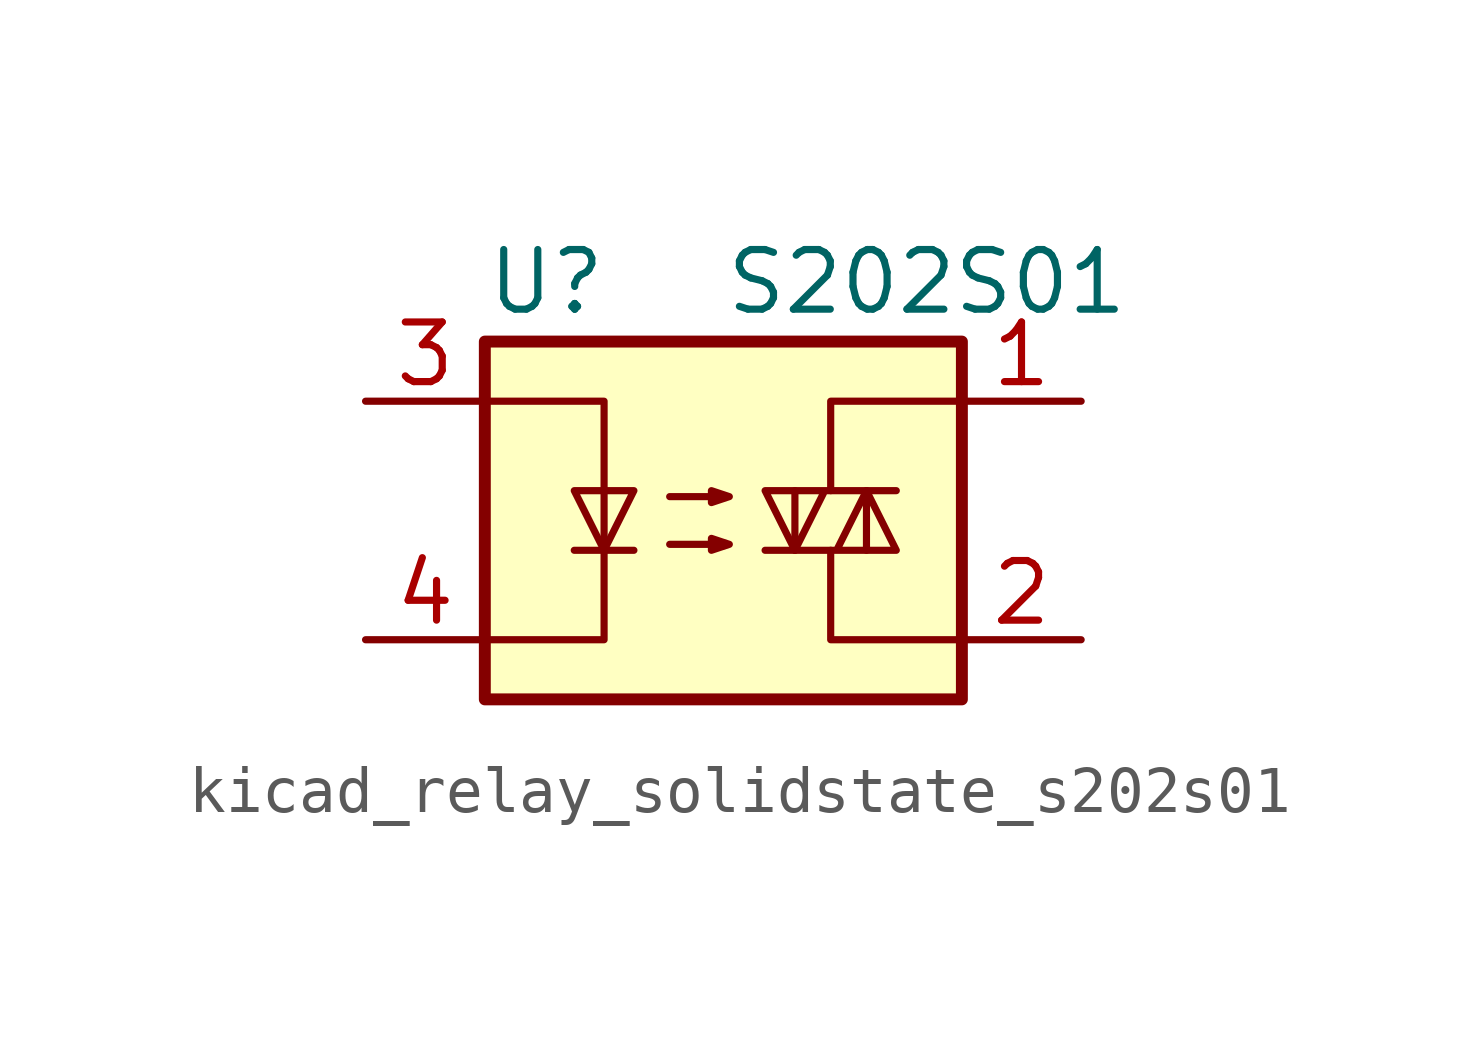
<source format=kicad_sym>
(kicad_symbol_lib
  (version 20220914)
  (generator kicad_symbol_editor)
  (symbol "kicad_relay_solidstate_s202s01"
    (property "Reference" "U"
      (at -5.08 5.08 0)
      (effects (font (size 1.27 1.27)) (justify left)))
    (property "Value" "S202S01"
      (at 0 5.08 0)
      (effects (font (size 1.27 1.27)) (justify left)))
    (symbol "kicad_relay_solidstate_s202s01_0_1"
      (rectangle (start -5.08 3.81) (end 5.08 -3.81) (stroke (width 0.254) (type default)) (fill (type background)))
      (polyline (pts (xy -3.175 -0.635) (xy -1.905 -0.635)) (stroke (width 0) (type default)) (fill (type none)))
      (polyline (pts (xy 1.524 -0.635) (xy 1.524 0.635)) (stroke (width 0) (type default)) (fill (type none)))
      (polyline (pts (xy 3.048 0.635) (xy 3.048 -0.635)) (stroke (width 0) (type default)) (fill (type none)))
      (polyline (pts (xy 2.286 -0.635) (xy 2.286 -2.54) (xy 5.08 -2.54)) (stroke (width 0) (type default)) (fill (type none)))
      (polyline (pts (xy 2.286 0.635) (xy 2.286 2.54) (xy 5.08 2.54)) (stroke (width 0) (type default)) (fill (type none)))
      (polyline (pts (xy -5.08 2.54) (xy -2.54 2.54) (xy -2.54 -2.54) (xy -5.08 -2.54)) (stroke (width 0) (type default)) (fill (type none)))
      (polyline (pts (xy -2.54 -0.635) (xy -3.175 0.635) (xy -1.905 0.635) (xy -2.54 -0.635)) (stroke (width 0) (type default)) (fill (type none)))
      (polyline (pts (xy 0.889 -0.635) (xy 3.683 -0.635) (xy 3.048 0.635) (xy 2.413 -0.635)) (stroke (width 0) (type default)) (fill (type none)))
      (polyline (pts (xy 3.683 0.635) (xy 0.889 0.635) (xy 1.524 -0.635) (xy 2.159 0.635)) (stroke (width 0) (type default)) (fill (type none)))
      (polyline (pts (xy -1.143 -0.508) (xy 0.127 -0.508) (xy -0.254 -0.635) (xy -0.254 -0.381) (xy 0.127 -0.508)) (stroke (width 0) (type default)) (fill (type none)))
      (polyline (pts (xy -1.143 0.508) (xy 0.127 0.508) (xy -0.254 0.381) (xy -0.254 0.635) (xy 0.127 0.508)) (stroke (width 0) (type default)) (fill (type none))))
    (symbol "kicad_relay_solidstate_s202s01_1_1"
      (pin passive line (at 7.62 2.54 180) (length 2.54) (name "~" (effects (font (size 1.27 1.27)))) (number "1" (effects (font (size 1.27 1.27)))))
      (pin passive line (at 7.62 -2.54 180) (length 2.54) (name "~" (effects (font (size 1.27 1.27)))) (number "2" (effects (font (size 1.27 1.27)))))
      (pin passive line (at -7.62 2.54 0) (length 2.54) (name "~" (effects (font (size 1.27 1.27)))) (number "3" (effects (font (size 1.27 1.27)))))
      (pin passive line (at -7.62 -2.54 0) (length 2.54) (name "~" (effects (font (size 1.27 1.27)))) (number "4" (effects (font (size 1.27 1.27))))))))
</source>
